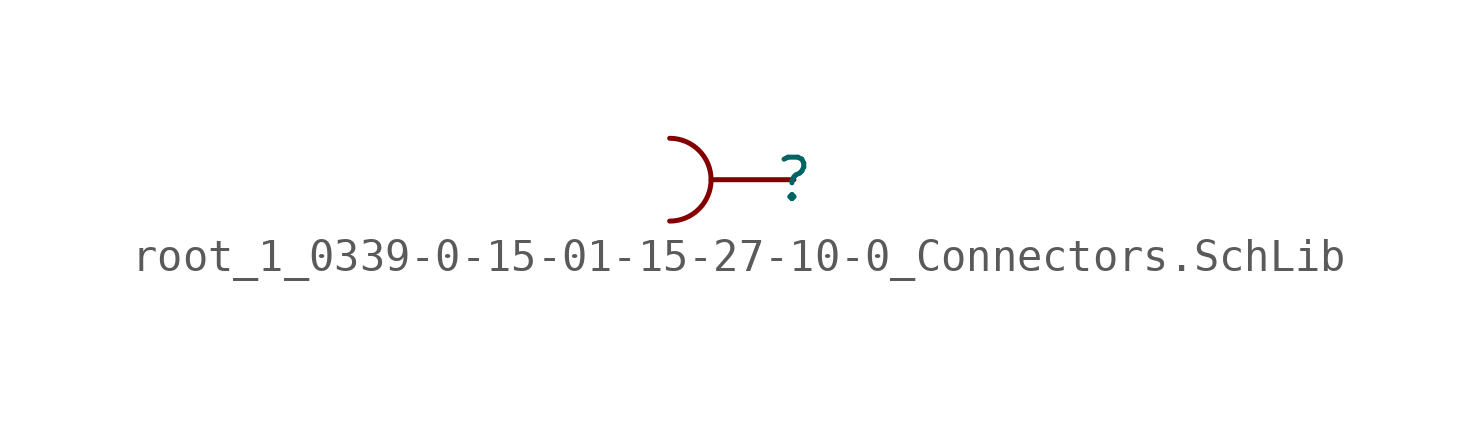
<source format=kicad_sym>
(kicad_symbol_lib
  (version 20241209)
  (generator "kicad_symbol_editor")
  (generator_version "9.0")
  (symbol "root_1_0339-0-15-01-15-27-10-0_Connectors.SchLib"
    (pin_numbers
      (hide yes))
    (pin_names
      (hide yes))
    (property "Reference" ""
      (at 0 0 0)
      (effects (font (size 1.27 1.27))))
    (property "Value" ""
      (at 0 0 0)
      (effects (font (size 1.27 1.27))))
    (symbol "root_1_0339-0-15-01-15-27-10-0_Connectors.SchLib_1_0"
      (arc (start -3.81 1.27) (mid -2.54 0) (end -3.81 -1.27) (stroke (width 0) (type solid)) (fill (type none)))
      (pin passive line (at 0 0 180) (length 2.54) (name "1" (effects (font (size 1.27 1.27)))) (number "1" (effects (font (size 1.27 1.27))))))))
</source>
